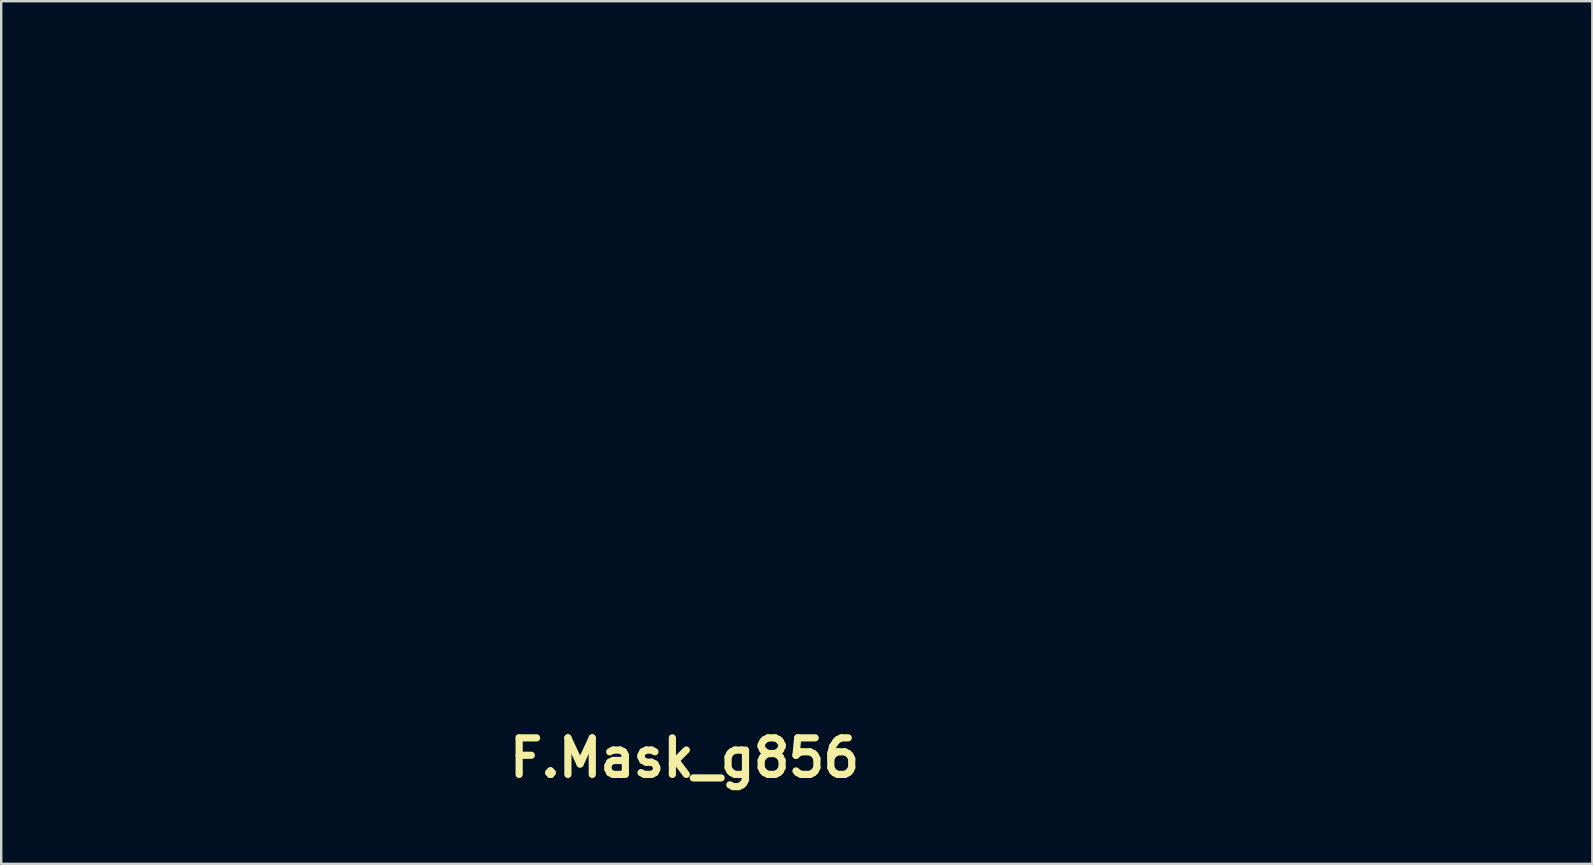
<source format=kicad_pcb>
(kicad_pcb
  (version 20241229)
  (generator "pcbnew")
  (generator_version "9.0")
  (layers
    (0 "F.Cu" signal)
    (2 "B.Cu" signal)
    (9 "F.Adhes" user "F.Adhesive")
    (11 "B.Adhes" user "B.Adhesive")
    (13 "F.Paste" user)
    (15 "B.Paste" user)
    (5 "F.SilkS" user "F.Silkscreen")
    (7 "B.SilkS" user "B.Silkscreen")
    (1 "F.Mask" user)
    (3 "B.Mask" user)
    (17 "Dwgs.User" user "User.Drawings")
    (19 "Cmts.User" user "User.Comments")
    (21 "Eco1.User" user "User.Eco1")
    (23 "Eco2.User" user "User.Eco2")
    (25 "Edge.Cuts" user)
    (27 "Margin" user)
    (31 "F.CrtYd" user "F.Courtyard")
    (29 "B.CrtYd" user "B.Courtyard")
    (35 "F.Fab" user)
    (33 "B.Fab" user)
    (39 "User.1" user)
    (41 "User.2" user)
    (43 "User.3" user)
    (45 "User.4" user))
  (footprint "F.Mask_g856"
    (layer "F.Cu")
    (at 25.482 28.538)
    (property "Reference" "F.Mask_g856" (at 0 0 0) (layer "F.SilkS") (effects (font (size 1.524 1.524) (thickness 0.3))))
    (attr through_hole)
    (fp_poly (pts (xy 1.524 -25.633) (xy 1.503 -25.612) (xy 1.482 -25.633) (xy 1.503 -25.654) (xy 1.524 -25.633)) (stroke (width 0.01) (type solid)) (fill yes) (layer "F.Mask"))
    (fp_poly (pts (xy -19.364 -26.774) (xy -19.04 -26.771) (xy -18.768 -26.761) (xy -18.557 -26.747) (xy -18.418 -26.728) (xy -18.39 -26.722) (xy -18.14 -26.604) (xy -17.913 -26.405) (xy -17.761 -26.208) (xy -17.616 -25.949) (xy -17.523 -25.677) (xy -17.475 -25.369) (xy -17.465 -25.104) (xy -17.487 -24.733) (xy -17.561 -24.405) (xy -17.694 -24.096) (xy -17.895 -23.785) (xy -17.986 -23.667) (xy -18.196 -23.406) (xy -17.792 -22.699) (xy -17.472 -22.153) (xy -17.181 -21.685) (xy -16.917 -21.292) (xy -16.681 -20.973) (xy -16.641 -20.924) (xy -16.537 -20.793) (xy -16.48 -20.71) (xy -16.465 -20.662) (xy -16.485 -20.631) (xy -16.508 -20.617) (xy -16.626 -20.586) (xy -16.794 -20.583) (xy -16.965 -20.604) (xy -17.043 -20.634) (xy -17.13 -20.7) (xy -17.234 -20.81) (xy -17.362 -20.971) (xy -17.519 -21.193) (xy -17.665 -21.408) (xy -17.89 -21.757) (xy -18.096 -22.096) (xy -18.278 -22.417) (xy -18.431 -22.709) (xy -18.549 -22.962) (xy -18.627 -23.167) (xy -18.66 -23.31) (xy -18.667 -23.428) (xy -18.654 -23.512) (xy -18.611 -23.588) (xy -18.523 -23.685) (xy -18.477 -23.732) (xy -18.258 -24.013) (xy -18.103 -24.341) (xy -18.016 -24.705) (xy -18.002 -25.091) (xy -18.006 -25.146) (xy -18.056 -25.467) (xy -18.149 -25.729) (xy -18.293 -25.953) (xy -18.368 -26.038) (xy -18.521 -26.173) (xy -18.681 -26.262) (xy -18.869 -26.31) (xy -19.107 -26.325) (xy -19.252 -26.323) (xy -19.579 -26.31) (xy -19.57 -23.463) (xy -19.561 -20.616) (xy -20.157 -20.616) (xy -20.143 -22.892) (xy -20.141 -23.355) (xy -20.139 -23.818) (xy -20.138 -24.27) (xy -20.139 -24.699) (xy -20.139 -25.092) (xy -20.141 -25.438) (xy -20.143 -25.725) (xy -20.146 -25.941) (xy -20.147 -25.971) (xy -20.164 -26.776) (xy -19.364 -26.774)) (stroke (width 0.01) (type solid)) (fill yes) (layer "F.Mask"))
    (fp_poly (pts (xy -14.274 -26.871) (xy -14.232 -26.757) (xy -14.17 -26.578) (xy -14.088 -26.341) (xy -13.99 -26.054) (xy -13.878 -25.723) (xy -13.754 -25.357) (xy -13.621 -24.962) (xy -13.482 -24.546) (xy -13.338 -24.117) (xy -13.193 -23.682) (xy -13.048 -23.248) (xy -12.907 -22.824) (xy -12.772 -22.415) (xy -12.645 -22.031) (xy -12.528 -21.678) (xy -12.425 -21.363) (xy -12.338 -21.095) (xy -12.269 -20.88) (xy -12.221 -20.726) (xy -12.196 -20.641) (xy -12.193 -20.627) (xy -12.231 -20.622) (xy -12.333 -20.618) (xy -12.476 -20.616) (xy -12.487 -20.616) (xy -12.648 -20.62) (xy -12.746 -20.633) (xy -12.805 -20.664) (xy -12.844 -20.712) (xy -12.871 -20.774) (xy -12.917 -20.907) (xy -12.981 -21.102) (xy -13.059 -21.346) (xy -13.148 -21.631) (xy -13.244 -21.947) (xy -13.314 -22.183) (xy -13.477 -22.727) (xy -13.63 -23.24) (xy -13.773 -23.716) (xy -13.905 -24.15) (xy -14.022 -24.536) (xy -14.125 -24.87) (xy -14.21 -25.144) (xy -14.276 -25.354) (xy -14.323 -25.494) (xy -14.347 -25.559) (xy -14.348 -25.561) (xy -14.366 -25.536) (xy -14.404 -25.439) (xy -14.458 -25.28) (xy -14.525 -25.068) (xy -14.601 -24.812) (xy -14.685 -24.522) (xy -14.702 -24.46) (xy -14.794 -24.131) (xy -14.878 -23.829) (xy -14.958 -23.542) (xy -15.036 -23.256) (xy -15.117 -22.958) (xy -15.204 -22.634) (xy -15.3 -22.271) (xy -15.41 -21.856) (xy -15.537 -21.375) (xy -15.569 -21.251) (xy -15.731 -20.637) (xy -15.994 -20.625) (xy -16.13 -20.623) (xy -16.226 -20.632) (xy -16.258 -20.646) (xy -16.246 -20.699) (xy -16.212 -20.825) (xy -16.156 -21.014) (xy -16.083 -21.261) (xy -15.993 -21.557) (xy -15.889 -21.895) (xy -15.775 -22.267) (xy -15.651 -22.666) (xy -15.52 -23.085) (xy -15.386 -23.516) (xy -15.249 -23.951) (xy -15.113 -24.383) (xy -14.98 -24.805) (xy -14.851 -25.209) (xy -14.731 -25.588) (xy -14.62 -25.933) (xy -14.521 -26.238) (xy -14.437 -26.496) (xy -14.369 -26.697) (xy -14.321 -26.836) (xy -14.295 -26.905) (xy -14.291 -26.911) (xy -14.274 -26.871)) (stroke (width 0.01) (type solid)) (fill yes) (layer "F.Mask"))
    (fp_poly (pts (xy -24.49 -26.773) (xy -24.151 -26.77) (xy -23.884 -26.765) (xy -23.676 -26.757) (xy -23.512 -26.744) (xy -23.38 -26.726) (xy -23.268 -26.702) (xy -23.241 -26.695) (xy -22.823 -26.54) (xy -22.45 -26.315) (xy -22.126 -26.025) (xy -21.855 -25.674) (xy -21.641 -25.266) (xy -21.506 -24.871) (xy -21.446 -24.577) (xy -21.406 -24.229) (xy -21.386 -23.854) (xy -21.388 -23.48) (xy -21.412 -23.136) (xy -21.437 -22.957) (xy -21.548 -22.489) (xy -21.711 -22.054) (xy -21.918 -21.661) (xy -22.165 -21.321) (xy -22.444 -21.041) (xy -22.749 -20.833) (xy -22.826 -20.794) (xy -23.079 -20.689) (xy -23.327 -20.616) (xy -23.605 -20.567) (xy -23.76 -20.549) (xy -24.045 -20.52) (xy -24.045 -20.663) (xy -24.035 -20.836) (xy -24.001 -20.939) (xy -23.937 -20.988) (xy -23.86 -20.998) (xy -23.671 -21.017) (xy -23.445 -21.067) (xy -23.218 -21.137) (xy -23.029 -21.217) (xy -22.993 -21.237) (xy -22.723 -21.442) (xy -22.485 -21.717) (xy -22.283 -22.054) (xy -22.125 -22.443) (xy -22.072 -22.627) (xy -22.031 -22.846) (xy -22.005 -23.125) (xy -21.991 -23.441) (xy -21.991 -23.771) (xy -22.004 -24.091) (xy -22.03 -24.379) (xy -22.069 -24.606) (xy -22.209 -25.048) (xy -22.408 -25.429) (xy -22.665 -25.749) (xy -22.981 -26.007) (xy -23.355 -26.204) (xy -23.49 -26.256) (xy -23.628 -26.298) (xy -23.761 -26.327) (xy -23.914 -26.343) (xy -24.109 -26.351) (xy -24.312 -26.352) (xy -24.546 -26.35) (xy -24.709 -26.343) (xy -24.813 -26.33) (xy -24.872 -26.309) (xy -24.893 -26.288) (xy -24.901 -26.234) (xy -24.908 -26.101) (xy -24.914 -25.893) (xy -24.92 -25.615) (xy -24.925 -25.274) (xy -24.929 -24.873) (xy -24.931 -24.419) (xy -24.933 -23.916) (xy -24.934 -23.421) (xy -24.934 -20.616) (xy -25.157 -20.617) (xy -25.293 -20.623) (xy -25.398 -20.639) (xy -25.432 -20.651) (xy -25.443 -20.674) (xy -25.452 -20.732) (xy -25.459 -20.828) (xy -25.465 -20.97) (xy -25.47 -21.16) (xy -25.474 -21.405) (xy -25.476 -21.709) (xy -25.477 -22.077) (xy -25.477 -22.514) (xy -25.476 -23.025) (xy -25.475 -23.615) (xy -25.474 -23.731) (xy -25.463 -26.776) (xy -24.49 -26.773)) (stroke (width 0.01) (type solid)) (fill yes) (layer "F.Mask"))
    (fp_poly (pts (xy -8.405 -26.857) (xy -7.916 -26.751) (xy -7.588 -26.642) (xy -7.478 -26.596) (xy -7.426 -26.547) (xy -7.411 -26.464) (xy -7.411 -26.378) (xy -7.42 -26.209) (xy -7.438 -26.036) (xy -7.443 -26.004) (xy -7.472 -25.825) (xy -7.743 -26.014) (xy -7.98 -26.168) (xy -8.19 -26.275) (xy -8.4 -26.342) (xy -8.635 -26.378) (xy -8.922 -26.391) (xy -8.996 -26.391) (xy -9.23 -26.389) (xy -9.404 -26.379) (xy -9.538 -26.36) (xy -9.658 -26.328) (xy -9.749 -26.294) (xy -10.087 -26.118) (xy -10.372 -25.876) (xy -10.606 -25.569) (xy -10.789 -25.193) (xy -10.791 -25.188) (xy -10.895 -24.874) (xy -10.962 -24.55) (xy -10.996 -24.196) (xy -10.999 -23.79) (xy -10.995 -23.655) (xy -10.951 -23.158) (xy -10.857 -22.722) (xy -10.709 -22.333) (xy -10.504 -21.981) (xy -10.255 -21.673) (xy -9.971 -21.405) (xy -9.68 -21.215) (xy -9.37 -21.097) (xy -9.024 -21.045) (xy -8.872 -21.04) (xy -8.665 -21.05) (xy -8.459 -21.076) (xy -8.273 -21.113) (xy -8.128 -21.158) (xy -8.044 -21.207) (xy -8.037 -21.215) (xy -8.027 -21.271) (xy -8.019 -21.401) (xy -8.013 -21.593) (xy -8.01 -21.836) (xy -8.008 -22.12) (xy -8.01 -22.433) (xy -8.01 -22.468) (xy -8.022 -23.664) (xy -7.736 -23.664) (xy -7.451 -23.664) (xy -7.451 -22.273) (xy -7.451 -21.868) (xy -7.454 -21.542) (xy -7.458 -21.287) (xy -7.465 -21.096) (xy -7.474 -20.962) (xy -7.486 -20.879) (xy -7.501 -20.84) (xy -7.504 -20.837) (xy -7.581 -20.798) (xy -7.721 -20.746) (xy -7.903 -20.69) (xy -8.107 -20.634) (xy -8.313 -20.584) (xy -8.499 -20.545) (xy -8.572 -20.534) (xy -8.873 -20.502) (xy -9.13 -20.498) (xy -9.292 -20.516) (xy -9.381 -20.533) (xy -9.516 -20.56) (xy -9.61 -20.579) (xy -9.967 -20.691) (xy -10.311 -20.878) (xy -10.633 -21.128) (xy -10.92 -21.433) (xy -11.163 -21.781) (xy -11.35 -22.162) (xy -11.401 -22.3) (xy -11.547 -22.856) (xy -11.625 -23.419) (xy -11.636 -23.978) (xy -11.579 -24.521) (xy -11.455 -25.036) (xy -11.266 -25.511) (xy -11.226 -25.589) (xy -11.086 -25.812) (xy -10.9 -26.044) (xy -10.689 -26.267) (xy -10.471 -26.46) (xy -10.266 -26.604) (xy -10.202 -26.638) (xy -9.803 -26.789) (xy -9.362 -26.876) (xy -8.892 -26.898) (xy -8.405 -26.857)) (stroke (width 0.01) (type solid)) (fill yes) (layer "F.Mask"))
    (fp_poly (pts (xy 32.095 -14.86) (xy 32.193 -14.817) (xy 32.337 -14.741) (xy 32.516 -14.642) (xy 32.718 -14.525) (xy 32.929 -14.398) (xy 33.138 -14.268) (xy 33.333 -14.143) (xy 33.501 -14.029) (xy 33.616 -13.946) (xy 33.935 -13.664) (xy 34.183 -13.357) (xy 34.375 -13.007) (xy 34.438 -12.853) (xy 34.469 -12.753) (xy 34.511 -12.596) (xy 34.56 -12.398) (xy 34.612 -12.172) (xy 34.665 -11.935) (xy 34.716 -11.699) (xy 34.761 -11.481) (xy 34.797 -11.295) (xy 34.821 -11.155) (xy 34.829 -11.076) (xy 34.828 -11.064) (xy 34.786 -11.076) (xy 34.685 -11.115) (xy 34.539 -11.177) (xy 34.403 -11.237) (xy 33.993 -11.438) (xy 33.634 -11.652) (xy 33.298 -11.898) (xy 32.958 -12.196) (xy 32.872 -12.278) (xy 32.564 -12.564) (xy 32.299 -12.79) (xy 32.064 -12.96) (xy 31.85 -13.081) (xy 31.647 -13.159) (xy 31.445 -13.2) (xy 31.278 -13.21) (xy 30.967 -13.211) (xy 31.094 -13.316) (xy 31.228 -13.419) (xy 31.856 -13.419) (xy 32.089 -13.286) (xy 32.469 -13.036) (xy 32.851 -12.715) (xy 33.084 -12.489) (xy 33.322 -12.257) (xy 33.541 -12.071) (xy 33.771 -11.911) (xy 34.041 -11.752) (xy 34.078 -11.732) (xy 34.252 -11.643) (xy 34.36 -11.603) (xy 34.406 -11.609) (xy 34.408 -11.614) (xy 34.404 -11.675) (xy 34.386 -11.8) (xy 34.354 -11.971) (xy 34.316 -12.161) (xy 34.204 -12.591) (xy 34.063 -12.953) (xy 33.885 -13.257) (xy 33.662 -13.517) (xy 33.41 -13.731) (xy 33.301 -13.807) (xy 33.154 -13.903) (xy 32.983 -14.012) (xy 32.803 -14.123) (xy 32.629 -14.229) (xy 32.475 -14.32) (xy 32.356 -14.387) (xy 32.286 -14.421) (xy 32.274 -14.424) (xy 32.277 -14.379) (xy 32.298 -14.278) (xy 32.323 -14.18) (xy 32.362 -14.028) (xy 32.378 -13.94) (xy 32.37 -13.898) (xy 32.336 -13.886) (xy 32.299 -13.885) (xy 32.239 -13.874) (xy 32.247 -13.823) (xy 32.257 -13.803) (xy 32.294 -13.687) (xy 32.297 -13.567) (xy 32.267 -13.475) (xy 32.233 -13.445) (xy 32.147 -13.428) (xy 32.025 -13.419) (xy 32.011 -13.419) (xy 31.856 -13.419) (xy 31.228 -13.419) (xy 31.306 -13.479) (xy 31.489 -13.59) (xy 31.666 -13.664) (xy 31.746 -13.686) (xy 31.975 -13.745) (xy 31.873 -13.819) (xy 31.786 -13.878) (xy 31.655 -13.963) (xy 31.508 -14.056) (xy 31.507 -14.057) (xy 31.356 -14.158) (xy 31.273 -14.236) (xy 31.249 -14.305) (xy 31.277 -14.381) (xy 31.3 -14.414) (xy 31.333 -14.452) (xy 31.373 -14.466) (xy 31.441 -14.456) (xy 31.556 -14.418) (xy 31.665 -14.378) (xy 31.972 -14.264) (xy 31.945 -14.382) (xy 31.902 -14.578) (xy 31.884 -14.707) (xy 31.89 -14.78) (xy 31.921 -14.812) (xy 31.953 -14.817) (xy 32.03 -14.837) (xy 32.056 -14.865) (xy 32.095 -14.86)) (stroke (width 0.01) (type solid)) (fill yes) (layer "F.Mask"))
    (fp_poly (pts (xy -0.17 -28.529) (xy 0.088 -28.516) (xy 0.326 -28.492) (xy 0.576 -28.452) (xy 0.72 -28.425) (xy 0.996 -28.37) (xy 1.195 -28.328) (xy 1.321 -28.296) (xy 1.381 -28.271) (xy 1.381 -28.252) (xy 1.326 -28.237) (xy 1.23 -28.223) (xy 0.926 -28.151) (xy 0.605 -28.009) (xy 0.279 -27.809) (xy -0.039 -27.562) (xy -0.338 -27.276) (xy -0.606 -26.965) (xy -0.831 -26.636) (xy -1 -26.303) (xy -1.02 -26.253) (xy -1.099 -25.954) (xy -1.119 -25.642) (xy -1.079 -25.345) (xy -1.009 -25.146) (xy -0.934 -25.003) (xy -0.856 -24.879) (xy -0.811 -24.821) (xy -0.716 -24.731) (xy -0.607 -24.642) (xy -0.504 -24.567) (xy -0.429 -24.522) (xy -0.402 -24.518) (xy -0.4 -24.567) (xy -0.419 -24.665) (xy -0.429 -24.701) (xy -0.449 -24.826) (xy -0.46 -24.999) (xy -0.459 -25.183) (xy -0.459 -25.192) (xy -0.444 -25.519) (xy -0.593 -25.456) (xy -0.705 -25.408) (xy -0.79 -25.372) (xy -0.798 -25.369) (xy -0.83 -25.367) (xy -0.817 -25.416) (xy -0.791 -25.468) (xy -0.651 -25.654) (xy -0.434 -25.825) (xy -0.423 -25.832) (xy -0.327 -25.916) (xy -0.243 -26.027) (xy -0.241 -26.03) (xy -0.165 -26.162) (xy -0.389 -26.163) (xy -0.527 -26.169) (xy -0.634 -26.186) (xy -0.67 -26.199) (xy -0.682 -26.235) (xy -0.628 -26.274) (xy -0.525 -26.311) (xy -0.388 -26.338) (xy -0.237 -26.35) (xy -0.235 -26.35) (xy -0.076 -26.364) (xy 0.042 -26.41) (xy 0.119 -26.466) (xy 0.216 -26.554) (xy 0.246 -26.603) (xy 0.21 -26.624) (xy 0.138 -26.628) (xy 0.023 -26.641) (xy -0.12 -26.672) (xy -0.165 -26.685) (xy -0.273 -26.722) (xy -0.304 -26.75) (xy -0.278 -26.769) (xy -0.166 -26.79) (xy -0.006 -26.796) (xy 0.167 -26.788) (xy 0.318 -26.766) (xy 0.372 -26.752) (xy 0.539 -26.727) (xy 0.68 -26.741) (xy 0.858 -26.777) (xy 0.651 -26.896) (xy 0.445 -27.014) (xy 0.694 -26.993) (xy 0.947 -26.942) (xy 1.141 -26.849) (xy 1.282 -26.768) (xy 1.419 -26.701) (xy 1.476 -26.678) (xy 1.614 -26.63) (xy 1.407 -26.894) (xy 1.304 -27.026) (xy 1.22 -27.138) (xy 1.169 -27.209) (xy 1.165 -27.216) (xy 1.164 -27.244) (xy 1.212 -27.228) (xy 1.296 -27.176) (xy 1.4 -27.1) (xy 1.51 -27.008) (xy 1.577 -26.945) (xy 1.747 -26.776) (xy 1.722 -26.903) (xy 1.687 -27.082) (xy 1.669 -27.2) (xy 1.672 -27.254) (xy 1.702 -27.244) (xy 1.761 -27.167) (xy 1.856 -27.021) (xy 1.99 -26.805) (xy 1.999 -26.79) (xy 2.355 -26.212) (xy 2.452 -25.647) (xy 2.49 -25.427) (xy 2.524 -25.226) (xy 2.552 -25.066) (xy 2.569 -24.965) (xy 2.571 -24.956) (xy 2.574 -24.912) (xy 2.557 -24.899) (xy 2.514 -24.923) (xy 2.435 -24.99) (xy 2.313 -25.106) (xy 2.147 -25.268) (xy 1.949 -25.458) (xy 1.802 -25.588) (xy 1.701 -25.662) (xy 1.641 -25.684) (xy 1.633 -25.682) (xy 1.587 -25.674) (xy 1.598 -25.719) (xy 1.608 -25.737) (xy 1.65 -25.842) (xy 1.629 -25.893) (xy 1.542 -25.897) (xy 1.513 -25.892) (xy 1.376 -25.865) (xy 1.513 -25.949) (xy 1.618 -26.035) (xy 1.645 -26.127) (xy 1.626 -26.174) (xy 1.945 -26.174) (xy 1.947 -26.098) (xy 1.99 -26.002) (xy 2.032 -25.946) (xy 2.127 -25.853) (xy 2.18 -25.832) (xy 2.192 -25.885) (xy 2.181 -25.94) (xy 2.136 -26.051) (xy 2.07 -26.147) (xy 2.003 -26.201) (xy 1.986 -26.204) (xy 1.945 -26.174) (xy 1.626 -26.174) (xy 1.598 -26.245) (xy 1.581 -26.271) (xy 1.43 -26.43) (xy 1.233 -26.534) (xy 1.008 -26.582) (xy 0.774 -26.574) (xy 0.548 -26.51) (xy 0.349 -26.391) (xy 0.231 -26.27) (xy 0.128 -26.092) (xy 0.041 -25.863) (xy -0.019 -25.619) (xy -0.042 -25.392) (xy -0.042 -25.388) (xy -0.023 -25.117) (xy 0.042 -24.873) (xy 0.157 -24.646) (xy 0.331 -24.426) (xy 0.57 -24.201) (xy 0.882 -23.961) (xy 0.918 -23.936) (xy 1.095 -23.808) (xy 1.261 -23.686) (xy 1.395 -23.584) (xy 1.468 -23.524) (xy 1.563 -23.451) (xy 1.631 -23.431) (xy 1.694 -23.453) (xy 1.788 -23.483) (xy 1.914 -23.499) (xy 2.04 -23.502) (xy 2.13 -23.488) (xy 2.149 -23.477) (xy 2.145 -23.435) (xy 2.078 -23.388) (xy 1.965 -23.347) (xy 1.947 -23.343) (xy 1.818 -23.31) (xy 1.762 -23.28) (xy 1.771 -23.236) (xy 1.835 -23.163) (xy 1.84 -23.158) (xy 1.953 -23.068) (xy 2.08 -23.037) (xy 2.116 -23.037) (xy 2.245 -23.026) (xy 2.352 -22.996) (xy 2.418 -22.956) (xy 2.425 -22.913) (xy 2.408 -22.898) (xy 2.328 -22.873) (xy 2.21 -22.861) (xy 2.193 -22.861) (xy 2.091 -22.857) (xy 2.056 -22.832) (xy 2.07 -22.765) (xy 2.081 -22.733) (xy 2.121 -22.645) (xy 2.158 -22.606) (xy 2.16 -22.606) (xy 2.231 -22.574) (xy 2.328 -22.493) (xy 2.43 -22.383) (xy 2.517 -22.265) (xy 2.544 -22.217) (xy 2.629 -22.05) (xy 2.532 -22.101) (xy 2.432 -22.16) (xy 2.315 -22.24) (xy 2.297 -22.254) (xy 2.159 -22.356) (xy 2.159 -22.251) (xy 2.176 -22.159) (xy 2.206 -22.116) (xy 2.253 -22.057) (xy 2.313 -21.944) (xy 2.372 -21.805) (xy 2.419 -21.665) (xy 2.43 -21.623) (xy 2.44 -21.563) (xy 2.427 -21.551) (xy 2.378 -21.592) (xy 2.288 -21.686) (xy 2.193 -21.782) (xy 2.14 -21.819) (xy 2.12 -21.803) (xy 2.118 -21.78) (xy 2.084 -21.623) (xy 1.994 -21.433) (xy 1.862 -21.228) (xy 1.701 -21.025) (xy 1.525 -20.842) (xy 1.346 -20.695) (xy 1.206 -20.614) (xy 0.904 -20.521) (xy 0.598 -20.508) (xy 0.301 -20.571) (xy 0.025 -20.707) (xy -0.22 -20.913) (xy -0.358 -21.084) (xy -0.425 -21.196) (xy -0.514 -21.365) (xy -0.614 -21.568) (xy -0.715 -21.786) (xy -0.733 -21.825) (xy -0.903 -22.186) (xy -1.064 -22.471) (xy -1.223 -22.687) (xy -1.386 -22.84) (xy -1.561 -22.938) (xy -1.754 -22.988) (xy -1.897 -22.998) (xy -2.146 -22.972) (xy -2.344 -22.885) (xy -2.504 -22.732) (xy -2.511 -22.722) (xy -2.642 -22.477) (xy -2.704 -22.198) (xy -2.699 -21.897) (xy -2.628 -21.585) (xy -2.494 -21.273) (xy -2.299 -20.974) (xy -2.144 -20.794) (xy -1.968 -20.612) (xy -1.947 -20.857) (xy -1.926 -21.103) (xy -1.721 -20.645) (xy -1.643 -20.466) (xy -1.581 -20.318) (xy -1.541 -20.216) (xy -1.531 -20.176) (xy -1.575 -20.179) (xy -1.685 -20.197) (xy -1.843 -20.226) (xy -1.99 -20.255) (xy -2.434 -20.346) (xy -2.23 -20.424) (xy -2.027 -20.503) (xy -2.293 -20.771) (xy -2.414 -20.891) (xy -2.513 -20.983) (xy -2.575 -21.034) (xy -2.587 -21.04) (xy -2.635 -21.018) (xy -2.73 -20.961) (xy -2.831 -20.895) (xy -3.157 -20.718) (xy -3.517 -20.593) (xy -3.894 -20.523) (xy -4.269 -20.511) (xy -4.625 -20.556) (xy -4.942 -20.663) (xy -4.95 -20.667) (xy -5.12 -20.773) (xy -5.312 -20.934) (xy -5.506 -21.13) (xy -5.684 -21.34) (xy -5.826 -21.545) (xy -5.852 -21.59) (xy -6.068 -22.065) (xy -6.224 -22.585) (xy -6.318 -23.133) (xy -6.349 -23.694) (xy -6.336 -23.92) (xy -5.751 -23.92) (xy -5.736 -23.416) (xy -5.666 -22.907) (xy -5.604 -22.627) (xy -5.473 -22.241) (xy -5.29 -21.884) (xy -5.063 -21.57) (xy -4.802 -21.312) (xy -4.518 -21.124) (xy -4.516 -21.123) (xy -4.384 -21.059) (xy -4.278 -21.021) (xy -4.169 -21.004) (xy -4.027 -21.002) (xy -3.873 -21.007) (xy -3.661 -21.022) (xy -3.504 -21.048) (xy -3.372 -21.091) (xy -3.281 -21.135) (xy -3.132 -21.223) (xy -2.992 -21.322) (xy -2.936 -21.368) (xy -2.86 -21.444) (xy -2.826 -21.507) (xy -2.825 -21.59) (xy -2.848 -21.716) (xy -2.867 -21.949) (xy -2.848 -22.219) (xy -2.796 -22.492) (xy -2.715 -22.732) (xy -2.705 -22.754) (xy -2.621 -22.89) (xy -2.502 -23.038) (xy -2.415 -23.126) (xy -2.309 -23.23) (xy -2.237 -23.332) (xy -2.194 -23.448) (xy -2.177 -23.596) (xy -2.181 -23.795) (xy -2.201 -24.047) (xy -2.243 -24.399) (xy -2.3 -24.694) (xy -2.378 -24.962) (xy -2.485 -25.23) (xy -2.535 -25.337) (xy -2.629 -25.512) (xy -2.744 -25.69) (xy -2.866 -25.855) (xy -2.983 -25.992) (xy -3.083 -26.085) (xy -3.154 -26.12) (xy -3.211 -26.09) (xy -3.299 -26.013) (xy -3.367 -25.94) (xy -3.523 -25.76) (xy -3.408 -25.99) (xy -3.346 -26.118) (xy -3.32 -26.193) (xy -3.328 -26.238) (xy -3.366 -26.273) (xy -3.37 -26.276) (xy -3.533 -26.356) (xy -3.76 -26.409) (xy -4.033 -26.43) (xy -4.093 -26.431) (xy -4.399 -26.397) (xy -4.672 -26.295) (xy -4.923 -26.118) (xy -5.076 -25.967) (xy -5.305 -25.658) (xy -5.489 -25.288) (xy -5.626 -24.867) (xy -5.714 -24.407) (xy -5.751 -23.92) (xy -6.336 -23.92) (xy -6.316 -24.253) (xy -6.219 -24.793) (xy -6.101 -25.181) (xy -5.933 -25.562) (xy -5.72 -25.913) (xy -5.474 -26.223) (xy -5.203 -26.48) (xy -5.107 -26.546) (xy -2.709 -26.546) (xy -2.679 -26.501) (xy -2.601 -26.429) (xy -2.562 -26.399) (xy -2.428 -26.271) (xy -2.277 -26.087) (xy -2.124 -25.868) (xy -1.985 -25.634) (xy -1.907 -25.48) (xy -1.767 -25.136) (xy -1.671 -24.787) (xy -1.616 -24.408) (xy -1.594 -23.975) (xy -1.594 -23.973) (xy -1.587 -23.414) (xy -1.387 -23.366) (xy -1.206 -23.306) (xy -1.044 -23.215) (xy -0.893 -23.083) (xy -0.747 -22.902) (xy -0.598 -22.664) (xy -0.439 -22.359) (xy -0.294 -22.051) (xy -0.155 -21.751) (xy -0.037 -21.52) (xy 0.069 -21.345) (xy 0.171 -21.214) (xy 0.276 -21.117) (xy 0.393 -21.042) (xy 0.431 -21.023) (xy 0.664 -20.941) (xy 0.914 -20.911) (xy 1.152 -20.932) (xy 1.312 -20.987) (xy 1.427 -21.072) (xy 1.532 -21.211) (xy 1.586 -21.311) (xy 1.656 -21.461) (xy 1.694 -21.593) (xy 1.71 -21.743) (xy 1.712 -21.882) (xy 1.704 -22.065) (xy 1.684 -22.237) (xy 1.657 -22.361) (xy 1.656 -22.363) (xy 1.554 -22.566) (xy 1.389 -22.782) (xy 1.174 -22.996) (xy 0.992 -23.141) (xy 0.818 -23.267) (xy 0.615 -23.415) (xy 0.42 -23.556) (xy 0.386 -23.581) (xy 0.193 -23.715) (xy -0.024 -23.858) (xy -0.223 -23.982) (xy -0.254 -24) (xy -0.493 -24.163) (xy -0.735 -24.367) (xy -0.959 -24.592) (xy -1.143 -24.817) (xy -1.241 -24.971) (xy -1.356 -25.238) (xy -1.41 -25.519) (xy -1.407 -25.837) (xy -1.395 -25.943) (xy -1.347 -26.249) (xy -1.282 -26.55) (xy -1.209 -26.807) (xy -1.205 -26.818) (xy -1.206 -26.839) (xy -1.243 -26.799) (xy -1.307 -26.712) (xy -1.389 -26.589) (xy -1.482 -26.444) (xy -1.578 -26.289) (xy -1.668 -26.137) (xy -1.743 -25.999) (xy -1.745 -25.995) (xy -1.824 -25.849) (xy -1.87 -25.775) (xy -1.889 -25.768) (xy -1.883 -25.823) (xy -1.883 -25.823) (xy -1.821 -26.062) (xy -1.726 -26.339) (xy -1.608 -26.631) (xy -1.475 -26.919) (xy -1.338 -27.181) (xy -1.205 -27.397) (xy -1.121 -27.508) (xy -0.965 -27.689) (xy -1.208 -27.581) (xy -1.369 -27.506) (xy -1.523 -27.427) (xy -1.604 -27.382) (xy -1.712 -27.312) (xy -1.855 -27.213) (xy -2.02 -27.093) (xy -2.193 -26.965) (xy -2.361 -26.837) (xy -2.51 -26.721) (xy -2.626 -26.626) (xy -2.695 -26.564) (xy -2.709 -26.546) (xy -5.107 -26.546) (xy -4.92 -26.672) (xy -4.73 -26.758) (xy -4.58 -26.846) (xy -4.568 -26.861) (xy -4.48 -26.861) (xy -4.434 -26.86) (xy -4.33 -26.872) (xy -4.212 -26.889) (xy -3.939 -26.906) (xy -3.631 -26.882) (xy -3.325 -26.82) (xy -3.148 -26.763) (xy -2.942 -26.685) (xy -2.578 -27.069) (xy -2.41 -27.24) (xy -2.237 -27.409) (xy -2.079 -27.555) (xy -1.974 -27.644) (xy -1.803 -27.772) (xy -1.608 -27.907) (xy -1.474 -27.993) (xy -1.353 -28.069) (xy -1.273 -28.125) (xy -1.249 -28.151) (xy -1.252 -28.151) (xy -1.346 -28.142) (xy -1.506 -28.119) (xy -1.714 -28.084) (xy -1.952 -28.041) (xy -2.203 -27.994) (xy -2.449 -27.946) (xy -2.674 -27.9) (xy -2.859 -27.859) (xy -2.987 -27.827) (xy -3.02 -27.817) (xy -3.176 -27.752) (xy -3.367 -27.659) (xy -3.555 -27.556) (xy -3.591 -27.534) (xy -3.732 -27.444) (xy -3.891 -27.335) (xy -4.055 -27.217) (xy -4.209 -27.101) (xy -4.341 -26.997) (xy -4.435 -26.916) (xy -4.479 -26.868) (xy -4.48 -26.861) (xy -4.568 -26.861) (xy -4.468 -26.989) (xy -4.293 -27.237) (xy -4.061 -27.489) (xy -3.796 -27.722) (xy -3.673 -27.815) (xy -3.333 -28.022) (xy -2.958 -28.192) (xy -2.538 -28.326) (xy -2.067 -28.425) (xy -1.537 -28.491) (xy -0.94 -28.526) (xy -0.48 -28.533) (xy -0.17 -28.529)) (stroke (width 0.01) (type solid)) (fill yes) (layer "F.Mask")))
  (gr_rect
    (start -3 -3)
    (end 63.317 32.956)
    (stroke (width 0.1) (type default))
    (fill no)
    (layer "Edge.Cuts")))
</source>
